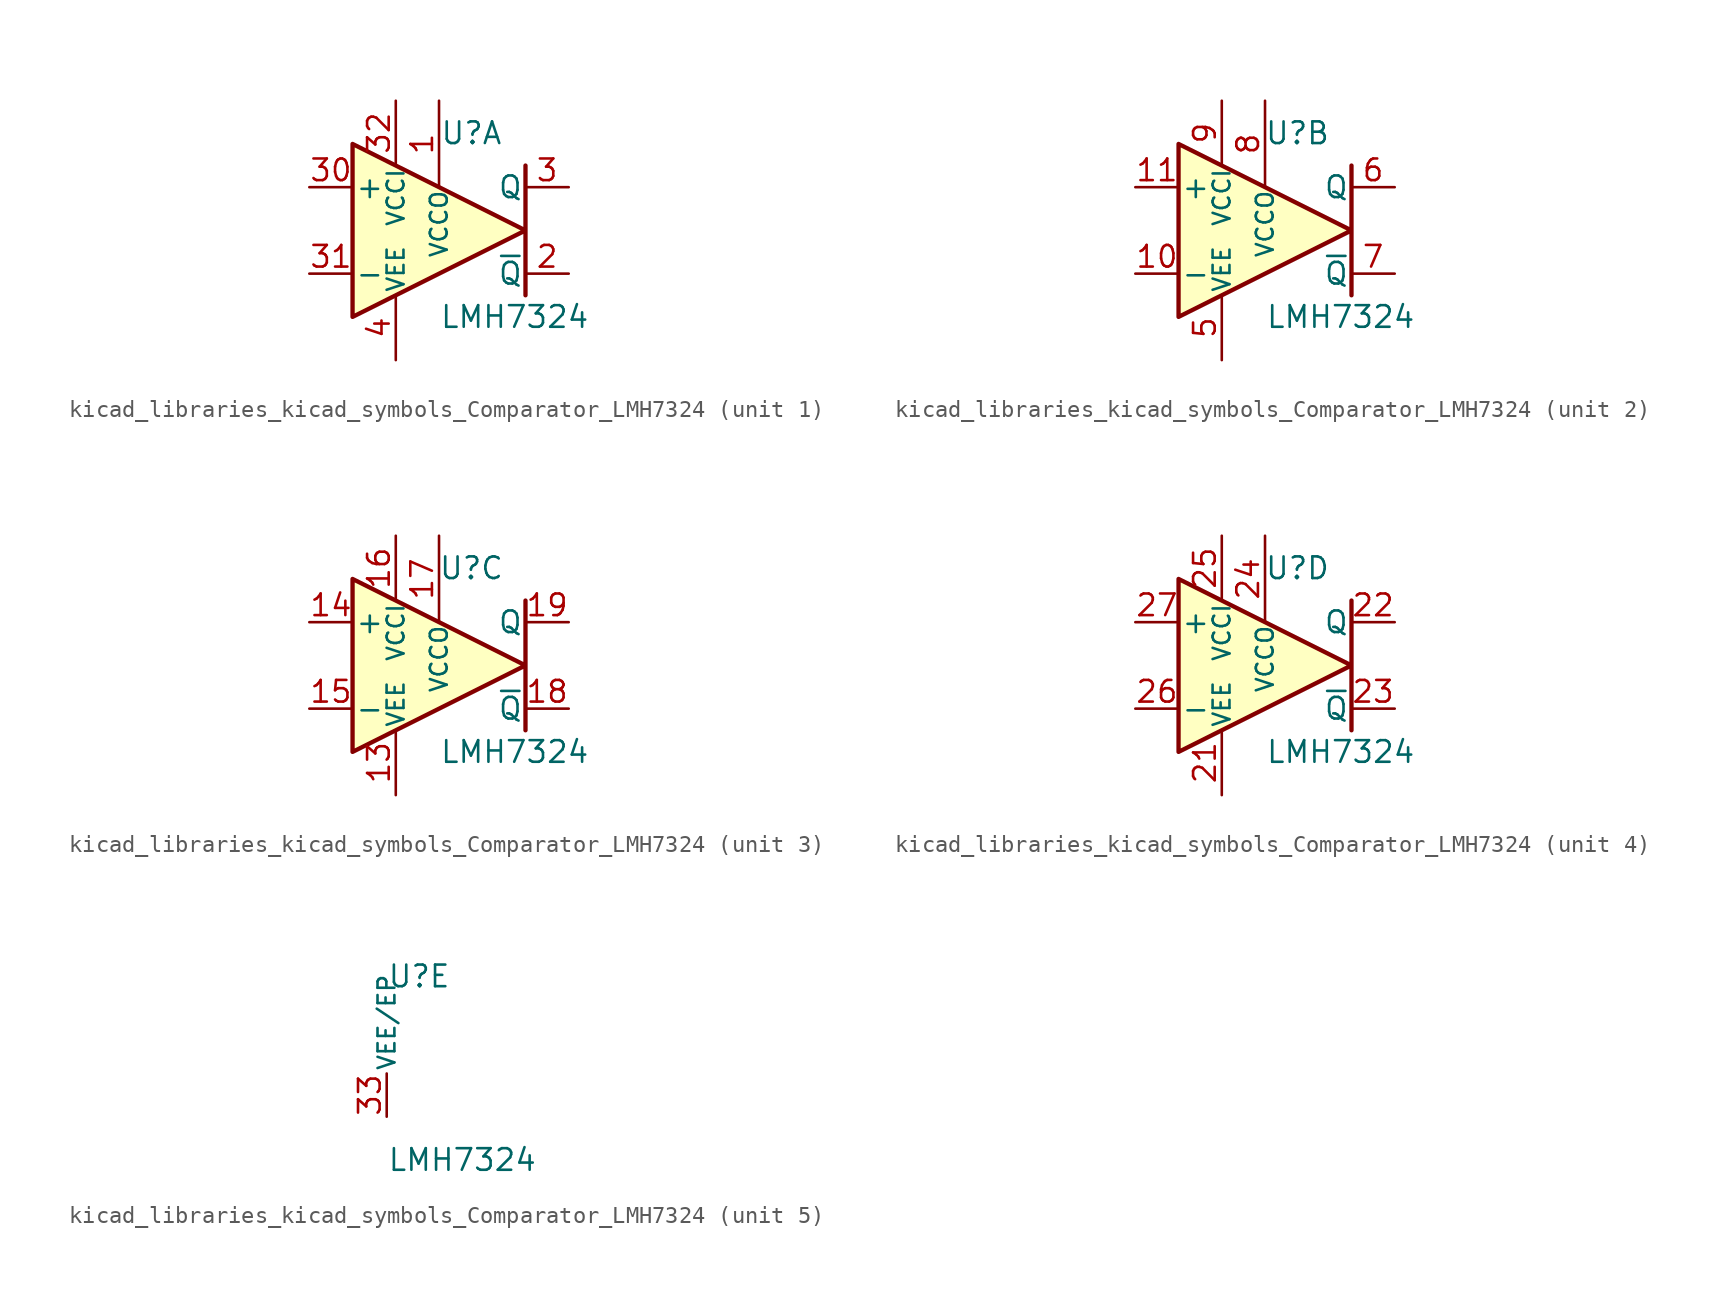
<source format=kicad_sym>
(kicad_symbol_lib
  (version 20220914)
  (generator kicad_symbol_editor)
  (symbol "kicad_libraries_kicad_symbols_Comparator_LMH7324"
    (pin_names
      (offset 0.127))
    (property "Reference" "U"
      (at 1.905 5.715 0)
      (effects (font (size 1.27 1.27))))
    (property "Value" "LMH7324"
      (at 4.445 -5.08 0)
      (effects (font (size 1.27 1.27))))
    (property "ki_locked" ""
      (at 0 0 0)
      (effects (font (size 1.27 1.27))))
    (symbol "kicad_libraries_kicad_symbols_Comparator_LMH7324_1_1"
      (polyline (pts (xy 5.08 3.81) (xy 5.08 0) (xy -5.08 5.08) (xy -5.08 -5.08) (xy 5.08 0) (xy 5.08 -3.81)) (stroke (width 0.254) (type default)) (fill (type background)))
      (pin power_in line (at 0 7.62 270) (length 5.08) (name "VCCO" (effects (font (size 0.991 0.991)))) (number "1" (effects (font (size 1.27 1.27)))))
      (pin output line (at 7.62 -2.54 180) (length 2.54) (name "~{Q}" (effects (font (size 1.27 1.27)))) (number "2" (effects (font (size 1.27 1.27)))))
      (pin passive line (at -2.54 -7.62 90) (length 3.81) hide (name "VEE" (effects (font (size 0.991 0.991)))) (number "29" (effects (font (size 1.27 1.27)))))
      (pin output line (at 7.62 2.54 180) (length 2.54) (name "Q" (effects (font (size 1.27 1.27)))) (number "3" (effects (font (size 1.27 1.27)))))
      (pin input line (at -7.62 2.54 0) (length 2.54) (name "+" (effects (font (size 1.27 1.27)))) (number "30" (effects (font (size 1.27 1.27)))))
      (pin input line (at -7.62 -2.54 0) (length 2.54) (name "-" (effects (font (size 1.27 1.27)))) (number "31" (effects (font (size 1.27 1.27)))))
      (pin power_in line (at -2.54 7.62 270) (length 3.81) (name "VCCI" (effects (font (size 0.991 0.991)))) (number "32" (effects (font (size 1.27 1.27)))))
      (pin power_in line (at -2.54 -7.62 90) (length 3.81) (name "VEE" (effects (font (size 0.991 0.991)))) (number "4" (effects (font (size 1.27 1.27))))))
    (symbol "kicad_libraries_kicad_symbols_Comparator_LMH7324_2_1"
      (polyline (pts (xy 5.08 3.81) (xy 5.08 0) (xy -5.08 5.08) (xy -5.08 -5.08) (xy 5.08 0) (xy 5.08 -3.81)) (stroke (width 0.254) (type default)) (fill (type background)))
      (pin input line (at -7.62 -2.54 0) (length 2.54) (name "-" (effects (font (size 1.27 1.27)))) (number "10" (effects (font (size 1.27 1.27)))))
      (pin input line (at -7.62 2.54 0) (length 2.54) (name "+" (effects (font (size 1.27 1.27)))) (number "11" (effects (font (size 1.27 1.27)))))
      (pin passive line (at -2.54 -7.62 90) (length 3.81) hide (name "VEE" (effects (font (size 0.991 0.991)))) (number "12" (effects (font (size 1.27 1.27)))))
      (pin power_in line (at -2.54 -7.62 90) (length 3.81) (name "VEE" (effects (font (size 0.991 0.991)))) (number "5" (effects (font (size 1.27 1.27)))))
      (pin output line (at 7.62 2.54 180) (length 2.54) (name "Q" (effects (font (size 1.27 1.27)))) (number "6" (effects (font (size 1.27 1.27)))))
      (pin output line (at 7.62 -2.54 180) (length 2.54) (name "~{Q}" (effects (font (size 1.27 1.27)))) (number "7" (effects (font (size 1.27 1.27)))))
      (pin power_in line (at 0 7.62 270) (length 5.08) (name "VCCO" (effects (font (size 0.991 0.991)))) (number "8" (effects (font (size 1.27 1.27)))))
      (pin power_in line (at -2.54 7.62 270) (length 3.81) (name "VCCI" (effects (font (size 0.991 0.991)))) (number "9" (effects (font (size 1.27 1.27))))))
    (symbol "kicad_libraries_kicad_symbols_Comparator_LMH7324_3_1"
      (polyline (pts (xy 5.08 3.81) (xy 5.08 0) (xy -5.08 5.08) (xy -5.08 -5.08) (xy 5.08 0) (xy 5.08 -3.81)) (stroke (width 0.254) (type default)) (fill (type background)))
      (pin power_in line (at -2.54 -7.62 90) (length 3.81) (name "VEE" (effects (font (size 0.991 0.991)))) (number "13" (effects (font (size 1.27 1.27)))))
      (pin input line (at -7.62 2.54 0) (length 2.54) (name "+" (effects (font (size 1.27 1.27)))) (number "14" (effects (font (size 1.27 1.27)))))
      (pin input line (at -7.62 -2.54 0) (length 2.54) (name "-" (effects (font (size 1.27 1.27)))) (number "15" (effects (font (size 1.27 1.27)))))
      (pin power_in line (at -2.54 7.62 270) (length 3.81) (name "VCCI" (effects (font (size 0.991 0.991)))) (number "16" (effects (font (size 1.27 1.27)))))
      (pin power_in line (at 0 7.62 270) (length 5.08) (name "VCCO" (effects (font (size 0.991 0.991)))) (number "17" (effects (font (size 1.27 1.27)))))
      (pin output line (at 7.62 -2.54 180) (length 2.54) (name "~{Q}" (effects (font (size 1.27 1.27)))) (number "18" (effects (font (size 1.27 1.27)))))
      (pin output line (at 7.62 2.54 180) (length 2.54) (name "Q" (effects (font (size 1.27 1.27)))) (number "19" (effects (font (size 1.27 1.27)))))
      (pin passive line (at -2.54 -7.62 90) (length 3.81) hide (name "VEE" (effects (font (size 0.991 0.991)))) (number "20" (effects (font (size 1.27 1.27))))))
    (symbol "kicad_libraries_kicad_symbols_Comparator_LMH7324_4_1"
      (polyline (pts (xy 5.08 3.81) (xy 5.08 0) (xy -5.08 5.08) (xy -5.08 -5.08) (xy 5.08 0) (xy 5.08 -3.81)) (stroke (width 0.254) (type default)) (fill (type background)))
      (pin power_in line (at -2.54 -7.62 90) (length 3.81) (name "VEE" (effects (font (size 0.991 0.991)))) (number "21" (effects (font (size 1.27 1.27)))))
      (pin output line (at 7.62 2.54 180) (length 2.54) (name "Q" (effects (font (size 1.27 1.27)))) (number "22" (effects (font (size 1.27 1.27)))))
      (pin output line (at 7.62 -2.54 180) (length 2.54) (name "~{Q}" (effects (font (size 1.27 1.27)))) (number "23" (effects (font (size 1.27 1.27)))))
      (pin power_in line (at 0 7.62 270) (length 5.08) (name "VCCO" (effects (font (size 0.991 0.991)))) (number "24" (effects (font (size 1.27 1.27)))))
      (pin power_in line (at -2.54 7.62 270) (length 3.81) (name "VCCI" (effects (font (size 0.991 0.991)))) (number "25" (effects (font (size 1.27 1.27)))))
      (pin input line (at -7.62 -2.54 0) (length 2.54) (name "-" (effects (font (size 1.27 1.27)))) (number "26" (effects (font (size 1.27 1.27)))))
      (pin input line (at -7.62 2.54 0) (length 2.54) (name "+" (effects (font (size 1.27 1.27)))) (number "27" (effects (font (size 1.27 1.27)))))
      (pin passive line (at -2.54 -7.62 90) (length 3.81) hide (name "VEE" (effects (font (size 0.991 0.991)))) (number "28" (effects (font (size 1.27 1.27))))))
    (symbol "kicad_libraries_kicad_symbols_Comparator_LMH7324_5_1"
      (pin power_in line (at 0 -2.54 90) (length 2.54) (name "VEE/EP" (effects (font (size 0.991 0.991)))) (number "33" (effects (font (size 1.27 1.27))))))))
</source>
